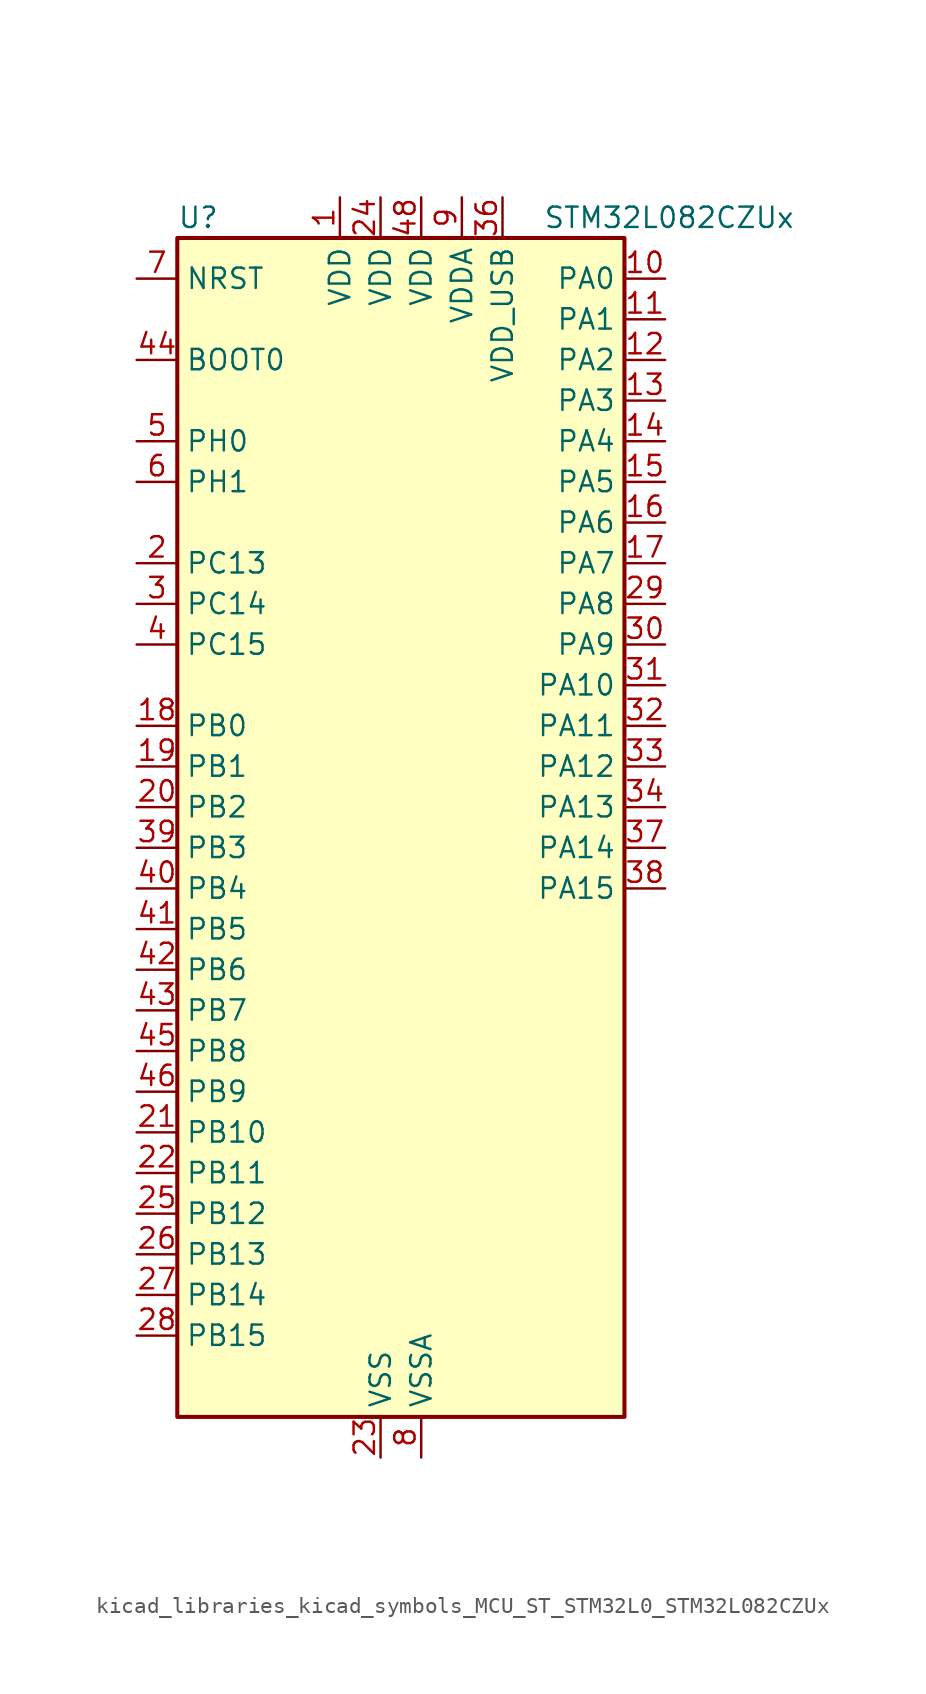
<source format=kicad_sym>
(kicad_symbol_lib
  (version 20220914)
  (generator kicad_symbol_editor)
  (symbol "kicad_libraries_kicad_symbols_MCU_ST_STM32L0_STM32L082CZUx"
    (property "Reference" "U"
      (at -12.7 39.37 0)
      (effects (font (size 1.27 1.27)) (justify left)))
    (property "Value" "STM32L082CZUx"
      (at 10.16 39.37 0)
      (effects (font (size 1.27 1.27)) (justify left)))
    (property "ki_locked" ""
      (at 0 0 0)
      (effects (font (size 1.27 1.27))))
    (symbol "kicad_libraries_kicad_symbols_MCU_ST_STM32L0_STM32L082CZUx_0_1"
      (rectangle (start -12.7 -35.56) (end 15.24 38.1) (stroke (width 0.254) (type default)) (fill (type background))))
    (symbol "kicad_libraries_kicad_symbols_MCU_ST_STM32L0_STM32L082CZUx_1_1"
      (pin power_in line (at -2.54 40.64 270) (length 2.54) (name "VDD" (effects (font (size 1.27 1.27)))) (number "1" (effects (font (size 1.27 1.27)))))
      (pin bidirectional line (at 17.78 35.56 180) (length 2.54) (name "PA0" (effects (font (size 1.27 1.27)))) (number "10" (effects (font (size 1.27 1.27)))) (alternate "ADC_IN0" bidirectional line) (alternate "COMP1_INM" bidirectional line) (alternate "COMP1_OUT" bidirectional line) (alternate "RTC_TAMP2" bidirectional line) (alternate "SYS_WKUP1" bidirectional line) (alternate "TIM2_CH1" bidirectional line) (alternate "TIM2_ETR" bidirectional line) (alternate "TSC_G1_IO1" bidirectional line) (alternate "USART2_CTS" bidirectional line) (alternate "USART4_TX" bidirectional line))
      (pin bidirectional line (at 17.78 33.02 180) (length 2.54) (name "PA1" (effects (font (size 1.27 1.27)))) (number "11" (effects (font (size 1.27 1.27)))) (alternate "ADC_IN1" bidirectional line) (alternate "COMP1_INP" bidirectional line) (alternate "TIM21_ETR" bidirectional line) (alternate "TIM2_CH2" bidirectional line) (alternate "TSC_G1_IO2" bidirectional line) (alternate "USART2_DE" bidirectional line) (alternate "USART2_RTS" bidirectional line) (alternate "USART4_RX" bidirectional line))
      (pin bidirectional line (at 17.78 30.48 180) (length 2.54) (name "PA2" (effects (font (size 1.27 1.27)))) (number "12" (effects (font (size 1.27 1.27)))) (alternate "ADC_IN2" bidirectional line) (alternate "COMP2_INM" bidirectional line) (alternate "COMP2_OUT" bidirectional line) (alternate "LPUART1_TX" bidirectional line) (alternate "TIM21_CH1" bidirectional line) (alternate "TIM2_CH3" bidirectional line) (alternate "TSC_G1_IO3" bidirectional line) (alternate "USART2_TX" bidirectional line))
      (pin bidirectional line (at 17.78 27.94 180) (length 2.54) (name "PA3" (effects (font (size 1.27 1.27)))) (number "13" (effects (font (size 1.27 1.27)))) (alternate "ADC_IN3" bidirectional line) (alternate "COMP2_INP" bidirectional line) (alternate "LPUART1_RX" bidirectional line) (alternate "TIM21_CH2" bidirectional line) (alternate "TIM2_CH4" bidirectional line) (alternate "TSC_G1_IO4" bidirectional line) (alternate "USART2_RX" bidirectional line))
      (pin bidirectional line (at 17.78 25.4 180) (length 2.54) (name "PA4" (effects (font (size 1.27 1.27)))) (number "14" (effects (font (size 1.27 1.27)))) (alternate "ADC_IN4" bidirectional line) (alternate "COMP1_INM" bidirectional line) (alternate "COMP2_INM" bidirectional line) (alternate "DAC_OUT1" bidirectional line) (alternate "SPI1_NSS" bidirectional line) (alternate "TIM22_ETR" bidirectional line) (alternate "TSC_G2_IO1" bidirectional line) (alternate "USART2_CK" bidirectional line))
      (pin bidirectional line (at 17.78 22.86 180) (length 2.54) (name "PA5" (effects (font (size 1.27 1.27)))) (number "15" (effects (font (size 1.27 1.27)))) (alternate "ADC_IN5" bidirectional line) (alternate "COMP1_INM" bidirectional line) (alternate "COMP2_INM" bidirectional line) (alternate "DAC_OUT2" bidirectional line) (alternate "SPI1_SCK" bidirectional line) (alternate "TIM2_CH1" bidirectional line) (alternate "TIM2_ETR" bidirectional line) (alternate "TSC_G2_IO2" bidirectional line))
      (pin bidirectional line (at 17.78 20.32 180) (length 2.54) (name "PA6" (effects (font (size 1.27 1.27)))) (number "16" (effects (font (size 1.27 1.27)))) (alternate "ADC_IN6" bidirectional line) (alternate "COMP1_OUT" bidirectional line) (alternate "LPUART1_CTS" bidirectional line) (alternate "SPI1_MISO" bidirectional line) (alternate "TIM22_CH1" bidirectional line) (alternate "TIM3_CH1" bidirectional line) (alternate "TSC_G2_IO3" bidirectional line))
      (pin bidirectional line (at 17.78 17.78 180) (length 2.54) (name "PA7" (effects (font (size 1.27 1.27)))) (number "17" (effects (font (size 1.27 1.27)))) (alternate "ADC_IN7" bidirectional line) (alternate "COMP2_OUT" bidirectional line) (alternate "SPI1_MOSI" bidirectional line) (alternate "TIM22_CH2" bidirectional line) (alternate "TIM3_CH2" bidirectional line) (alternate "TSC_G2_IO4" bidirectional line))
      (pin bidirectional line (at -15.24 7.62 0) (length 2.54) (name "PB0" (effects (font (size 1.27 1.27)))) (number "18" (effects (font (size 1.27 1.27)))) (alternate "ADC_IN8" bidirectional line) (alternate "SYS_VREF_OUT_PB0" bidirectional line) (alternate "TIM3_CH3" bidirectional line) (alternate "TSC_G3_IO2" bidirectional line))
      (pin bidirectional line (at -15.24 5.08 0) (length 2.54) (name "PB1" (effects (font (size 1.27 1.27)))) (number "19" (effects (font (size 1.27 1.27)))) (alternate "ADC_IN9" bidirectional line) (alternate "LPUART1_DE" bidirectional line) (alternate "LPUART1_RTS" bidirectional line) (alternate "SYS_VREF_OUT_PB1" bidirectional line) (alternate "TIM3_CH4" bidirectional line) (alternate "TSC_G3_IO3" bidirectional line))
      (pin bidirectional line (at -15.24 17.78 0) (length 2.54) (name "PC13" (effects (font (size 1.27 1.27)))) (number "2" (effects (font (size 1.27 1.27)))) (alternate "RTC_OUT_ALARM" bidirectional line) (alternate "RTC_OUT_CALIB" bidirectional line) (alternate "RTC_TAMP1" bidirectional line) (alternate "RTC_TS" bidirectional line) (alternate "SYS_WKUP2" bidirectional line))
      (pin bidirectional line (at -15.24 2.54 0) (length 2.54) (name "PB2" (effects (font (size 1.27 1.27)))) (number "20" (effects (font (size 1.27 1.27)))) (alternate "I2C3_SMBA" bidirectional line) (alternate "LPTIM1_OUT" bidirectional line) (alternate "TSC_G3_IO4" bidirectional line))
      (pin bidirectional line (at -15.24 -17.78 0) (length 2.54) (name "PB10" (effects (font (size 1.27 1.27)))) (number "21" (effects (font (size 1.27 1.27)))) (alternate "I2C2_SCL" bidirectional line) (alternate "LPUART1_RX" bidirectional line) (alternate "LPUART1_TX" bidirectional line) (alternate "SPI2_SCK" bidirectional line) (alternate "TIM2_CH3" bidirectional line) (alternate "TSC_SYNC" bidirectional line))
      (pin bidirectional line (at -15.24 -20.32 0) (length 2.54) (name "PB11" (effects (font (size 1.27 1.27)))) (number "22" (effects (font (size 1.27 1.27)))) (alternate "ADC_EXTI11" bidirectional line) (alternate "I2C2_SDA" bidirectional line) (alternate "LPUART1_RX" bidirectional line) (alternate "LPUART1_TX" bidirectional line) (alternate "TIM2_CH4" bidirectional line) (alternate "TSC_G6_IO1" bidirectional line))
      (pin power_in line (at 0 -38.1 90) (length 2.54) (name "VSS" (effects (font (size 1.27 1.27)))) (number "23" (effects (font (size 1.27 1.27)))))
      (pin power_in line (at 0 40.64 270) (length 2.54) (name "VDD" (effects (font (size 1.27 1.27)))) (number "24" (effects (font (size 1.27 1.27)))))
      (pin bidirectional line (at -15.24 -22.86 0) (length 2.54) (name "PB12" (effects (font (size 1.27 1.27)))) (number "25" (effects (font (size 1.27 1.27)))) (alternate "I2S2_WS" bidirectional line) (alternate "LPUART1_DE" bidirectional line) (alternate "LPUART1_RTS" bidirectional line) (alternate "SPI2_NSS" bidirectional line) (alternate "TSC_G6_IO2" bidirectional line))
      (pin bidirectional line (at -15.24 -25.4 0) (length 2.54) (name "PB13" (effects (font (size 1.27 1.27)))) (number "26" (effects (font (size 1.27 1.27)))) (alternate "I2C2_SCL" bidirectional line) (alternate "I2S2_CK" bidirectional line) (alternate "LPUART1_CTS" bidirectional line) (alternate "RCC_MCO" bidirectional line) (alternate "SPI2_SCK" bidirectional line) (alternate "TIM21_CH1" bidirectional line) (alternate "TSC_G6_IO3" bidirectional line))
      (pin bidirectional line (at -15.24 -27.94 0) (length 2.54) (name "PB14" (effects (font (size 1.27 1.27)))) (number "27" (effects (font (size 1.27 1.27)))) (alternate "I2C2_SDA" bidirectional line) (alternate "I2S2_MCK" bidirectional line) (alternate "LPUART1_DE" bidirectional line) (alternate "LPUART1_RTS" bidirectional line) (alternate "RTC_OUT_ALARM" bidirectional line) (alternate "RTC_OUT_CALIB" bidirectional line) (alternate "SPI2_MISO" bidirectional line) (alternate "TIM21_CH2" bidirectional line) (alternate "TSC_G6_IO4" bidirectional line))
      (pin bidirectional line (at -15.24 -30.48 0) (length 2.54) (name "PB15" (effects (font (size 1.27 1.27)))) (number "28" (effects (font (size 1.27 1.27)))) (alternate "I2S2_SD" bidirectional line) (alternate "RTC_REFIN" bidirectional line) (alternate "SPI2_MOSI" bidirectional line))
      (pin bidirectional line (at 17.78 15.24 180) (length 2.54) (name "PA8" (effects (font (size 1.27 1.27)))) (number "29" (effects (font (size 1.27 1.27)))) (alternate "CRS_SYNC" bidirectional line) (alternate "I2C3_SCL" bidirectional line) (alternate "RCC_MCO" bidirectional line) (alternate "USART1_CK" bidirectional line))
      (pin bidirectional line (at -15.24 15.24 0) (length 2.54) (name "PC14" (effects (font (size 1.27 1.27)))) (number "3" (effects (font (size 1.27 1.27)))) (alternate "RCC_OSC32_IN" bidirectional line))
      (pin bidirectional line (at 17.78 12.7 180) (length 2.54) (name "PA9" (effects (font (size 1.27 1.27)))) (number "30" (effects (font (size 1.27 1.27)))) (alternate "DAC_EXTI9" bidirectional line) (alternate "I2C1_SCL" bidirectional line) (alternate "I2C3_SMBA" bidirectional line) (alternate "RCC_MCO" bidirectional line) (alternate "TSC_G4_IO1" bidirectional line) (alternate "USART1_TX" bidirectional line))
      (pin bidirectional line (at 17.78 10.16 180) (length 2.54) (name "PA10" (effects (font (size 1.27 1.27)))) (number "31" (effects (font (size 1.27 1.27)))) (alternate "I2C1_SDA" bidirectional line) (alternate "TSC_G4_IO2" bidirectional line) (alternate "USART1_RX" bidirectional line))
      (pin bidirectional line (at 17.78 7.62 180) (length 2.54) (name "PA11" (effects (font (size 1.27 1.27)))) (number "32" (effects (font (size 1.27 1.27)))) (alternate "ADC_EXTI11" bidirectional line) (alternate "COMP1_OUT" bidirectional line) (alternate "SPI1_MISO" bidirectional line) (alternate "TSC_G4_IO3" bidirectional line) (alternate "USART1_CTS" bidirectional line) (alternate "USB_DM" bidirectional line))
      (pin bidirectional line (at 17.78 5.08 180) (length 2.54) (name "PA12" (effects (font (size 1.27 1.27)))) (number "33" (effects (font (size 1.27 1.27)))) (alternate "COMP2_OUT" bidirectional line) (alternate "SPI1_MOSI" bidirectional line) (alternate "TSC_G4_IO4" bidirectional line) (alternate "USART1_DE" bidirectional line) (alternate "USART1_RTS" bidirectional line) (alternate "USB_DP" bidirectional line))
      (pin bidirectional line (at 17.78 2.54 180) (length 2.54) (name "PA13" (effects (font (size 1.27 1.27)))) (number "34" (effects (font (size 1.27 1.27)))) (alternate "LPUART1_RX" bidirectional line) (alternate "SYS_SWDIO" bidirectional line) (alternate "USB_NOE" bidirectional line))
      (pin passive line (at 0 -38.1 90) (length 2.54) hide (name "VSS" (effects (font (size 1.27 1.27)))) (number "35" (effects (font (size 1.27 1.27)))))
      (pin power_in line (at 7.62 40.64 270) (length 2.54) (name "VDD_USB" (effects (font (size 1.27 1.27)))) (number "36" (effects (font (size 1.27 1.27)))))
      (pin bidirectional line (at 17.78 0 180) (length 2.54) (name "PA14" (effects (font (size 1.27 1.27)))) (number "37" (effects (font (size 1.27 1.27)))) (alternate "LPUART1_TX" bidirectional line) (alternate "SYS_SWCLK" bidirectional line) (alternate "USART2_TX" bidirectional line))
      (pin bidirectional line (at 17.78 -2.54 180) (length 2.54) (name "PA15" (effects (font (size 1.27 1.27)))) (number "38" (effects (font (size 1.27 1.27)))) (alternate "SPI1_NSS" bidirectional line) (alternate "TIM2_CH1" bidirectional line) (alternate "TIM2_ETR" bidirectional line) (alternate "USART2_RX" bidirectional line) (alternate "USART4_DE" bidirectional line) (alternate "USART4_RTS" bidirectional line))
      (pin bidirectional line (at -15.24 0 0) (length 2.54) (name "PB3" (effects (font (size 1.27 1.27)))) (number "39" (effects (font (size 1.27 1.27)))) (alternate "COMP2_INM" bidirectional line) (alternate "SPI1_SCK" bidirectional line) (alternate "TIM2_CH2" bidirectional line) (alternate "TSC_G5_IO1" bidirectional line) (alternate "USART1_DE" bidirectional line) (alternate "USART1_RTS" bidirectional line) (alternate "USART5_TX" bidirectional line))
      (pin bidirectional line (at -15.24 12.7 0) (length 2.54) (name "PC15" (effects (font (size 1.27 1.27)))) (number "4" (effects (font (size 1.27 1.27)))) (alternate "RCC_OSC32_OUT" bidirectional line))
      (pin bidirectional line (at -15.24 -2.54 0) (length 2.54) (name "PB4" (effects (font (size 1.27 1.27)))) (number "40" (effects (font (size 1.27 1.27)))) (alternate "COMP2_INP" bidirectional line) (alternate "I2C3_SDA" bidirectional line) (alternate "SPI1_MISO" bidirectional line) (alternate "TIM22_CH1" bidirectional line) (alternate "TIM3_CH1" bidirectional line) (alternate "TSC_G5_IO2" bidirectional line) (alternate "USART1_CTS" bidirectional line) (alternate "USART5_RX" bidirectional line))
      (pin bidirectional line (at -15.24 -5.08 0) (length 2.54) (name "PB5" (effects (font (size 1.27 1.27)))) (number "41" (effects (font (size 1.27 1.27)))) (alternate "COMP2_INP" bidirectional line) (alternate "I2C1_SMBA" bidirectional line) (alternate "LPTIM1_IN1" bidirectional line) (alternate "SPI1_MOSI" bidirectional line) (alternate "TIM22_CH2" bidirectional line) (alternate "TIM3_CH2" bidirectional line) (alternate "USART1_CK" bidirectional line) (alternate "USART5_CK" bidirectional line) (alternate "USART5_DE" bidirectional line) (alternate "USART5_RTS" bidirectional line))
      (pin bidirectional line (at -15.24 -7.62 0) (length 2.54) (name "PB6" (effects (font (size 1.27 1.27)))) (number "42" (effects (font (size 1.27 1.27)))) (alternate "COMP2_INP" bidirectional line) (alternate "I2C1_SCL" bidirectional line) (alternate "LPTIM1_ETR" bidirectional line) (alternate "TSC_G5_IO3" bidirectional line) (alternate "USART1_TX" bidirectional line))
      (pin bidirectional line (at -15.24 -10.16 0) (length 2.54) (name "PB7" (effects (font (size 1.27 1.27)))) (number "43" (effects (font (size 1.27 1.27)))) (alternate "COMP2_INP" bidirectional line) (alternate "I2C1_SDA" bidirectional line) (alternate "LPTIM1_IN2" bidirectional line) (alternate "SYS_PVD_IN" bidirectional line) (alternate "TSC_G5_IO4" bidirectional line) (alternate "USART1_RX" bidirectional line) (alternate "USART4_CTS" bidirectional line))
      (pin input line (at -15.24 30.48 0) (length 2.54) (name "BOOT0" (effects (font (size 1.27 1.27)))) (number "44" (effects (font (size 1.27 1.27)))))
      (pin bidirectional line (at -15.24 -12.7 0) (length 2.54) (name "PB8" (effects (font (size 1.27 1.27)))) (number "45" (effects (font (size 1.27 1.27)))) (alternate "I2C1_SCL" bidirectional line) (alternate "TSC_SYNC" bidirectional line))
      (pin bidirectional line (at -15.24 -15.24 0) (length 2.54) (name "PB9" (effects (font (size 1.27 1.27)))) (number "46" (effects (font (size 1.27 1.27)))) (alternate "DAC_EXTI9" bidirectional line) (alternate "I2C1_SDA" bidirectional line) (alternate "I2S2_WS" bidirectional line) (alternate "SPI2_NSS" bidirectional line))
      (pin passive line (at 0 -38.1 90) (length 2.54) hide (name "VSS" (effects (font (size 1.27 1.27)))) (number "47" (effects (font (size 1.27 1.27)))))
      (pin power_in line (at 2.54 40.64 270) (length 2.54) (name "VDD" (effects (font (size 1.27 1.27)))) (number "48" (effects (font (size 1.27 1.27)))))
      (pin passive line (at 0 -38.1 90) (length 2.54) hide (name "VSS" (effects (font (size 1.27 1.27)))) (number "49" (effects (font (size 1.27 1.27)))))
      (pin bidirectional line (at -15.24 25.4 0) (length 2.54) (name "PH0" (effects (font (size 1.27 1.27)))) (number "5" (effects (font (size 1.27 1.27)))) (alternate "CRS_SYNC" bidirectional line) (alternate "RCC_OSC_IN" bidirectional line))
      (pin bidirectional line (at -15.24 22.86 0) (length 2.54) (name "PH1" (effects (font (size 1.27 1.27)))) (number "6" (effects (font (size 1.27 1.27)))) (alternate "RCC_OSC_OUT" bidirectional line))
      (pin input line (at -15.24 35.56 0) (length 2.54) (name "NRST" (effects (font (size 1.27 1.27)))) (number "7" (effects (font (size 1.27 1.27)))))
      (pin power_in line (at 2.54 -38.1 90) (length 2.54) (name "VSSA" (effects (font (size 1.27 1.27)))) (number "8" (effects (font (size 1.27 1.27)))))
      (pin power_in line (at 5.08 40.64 270) (length 2.54) (name "VDDA" (effects (font (size 1.27 1.27)))) (number "9" (effects (font (size 1.27 1.27))))))))
</source>
